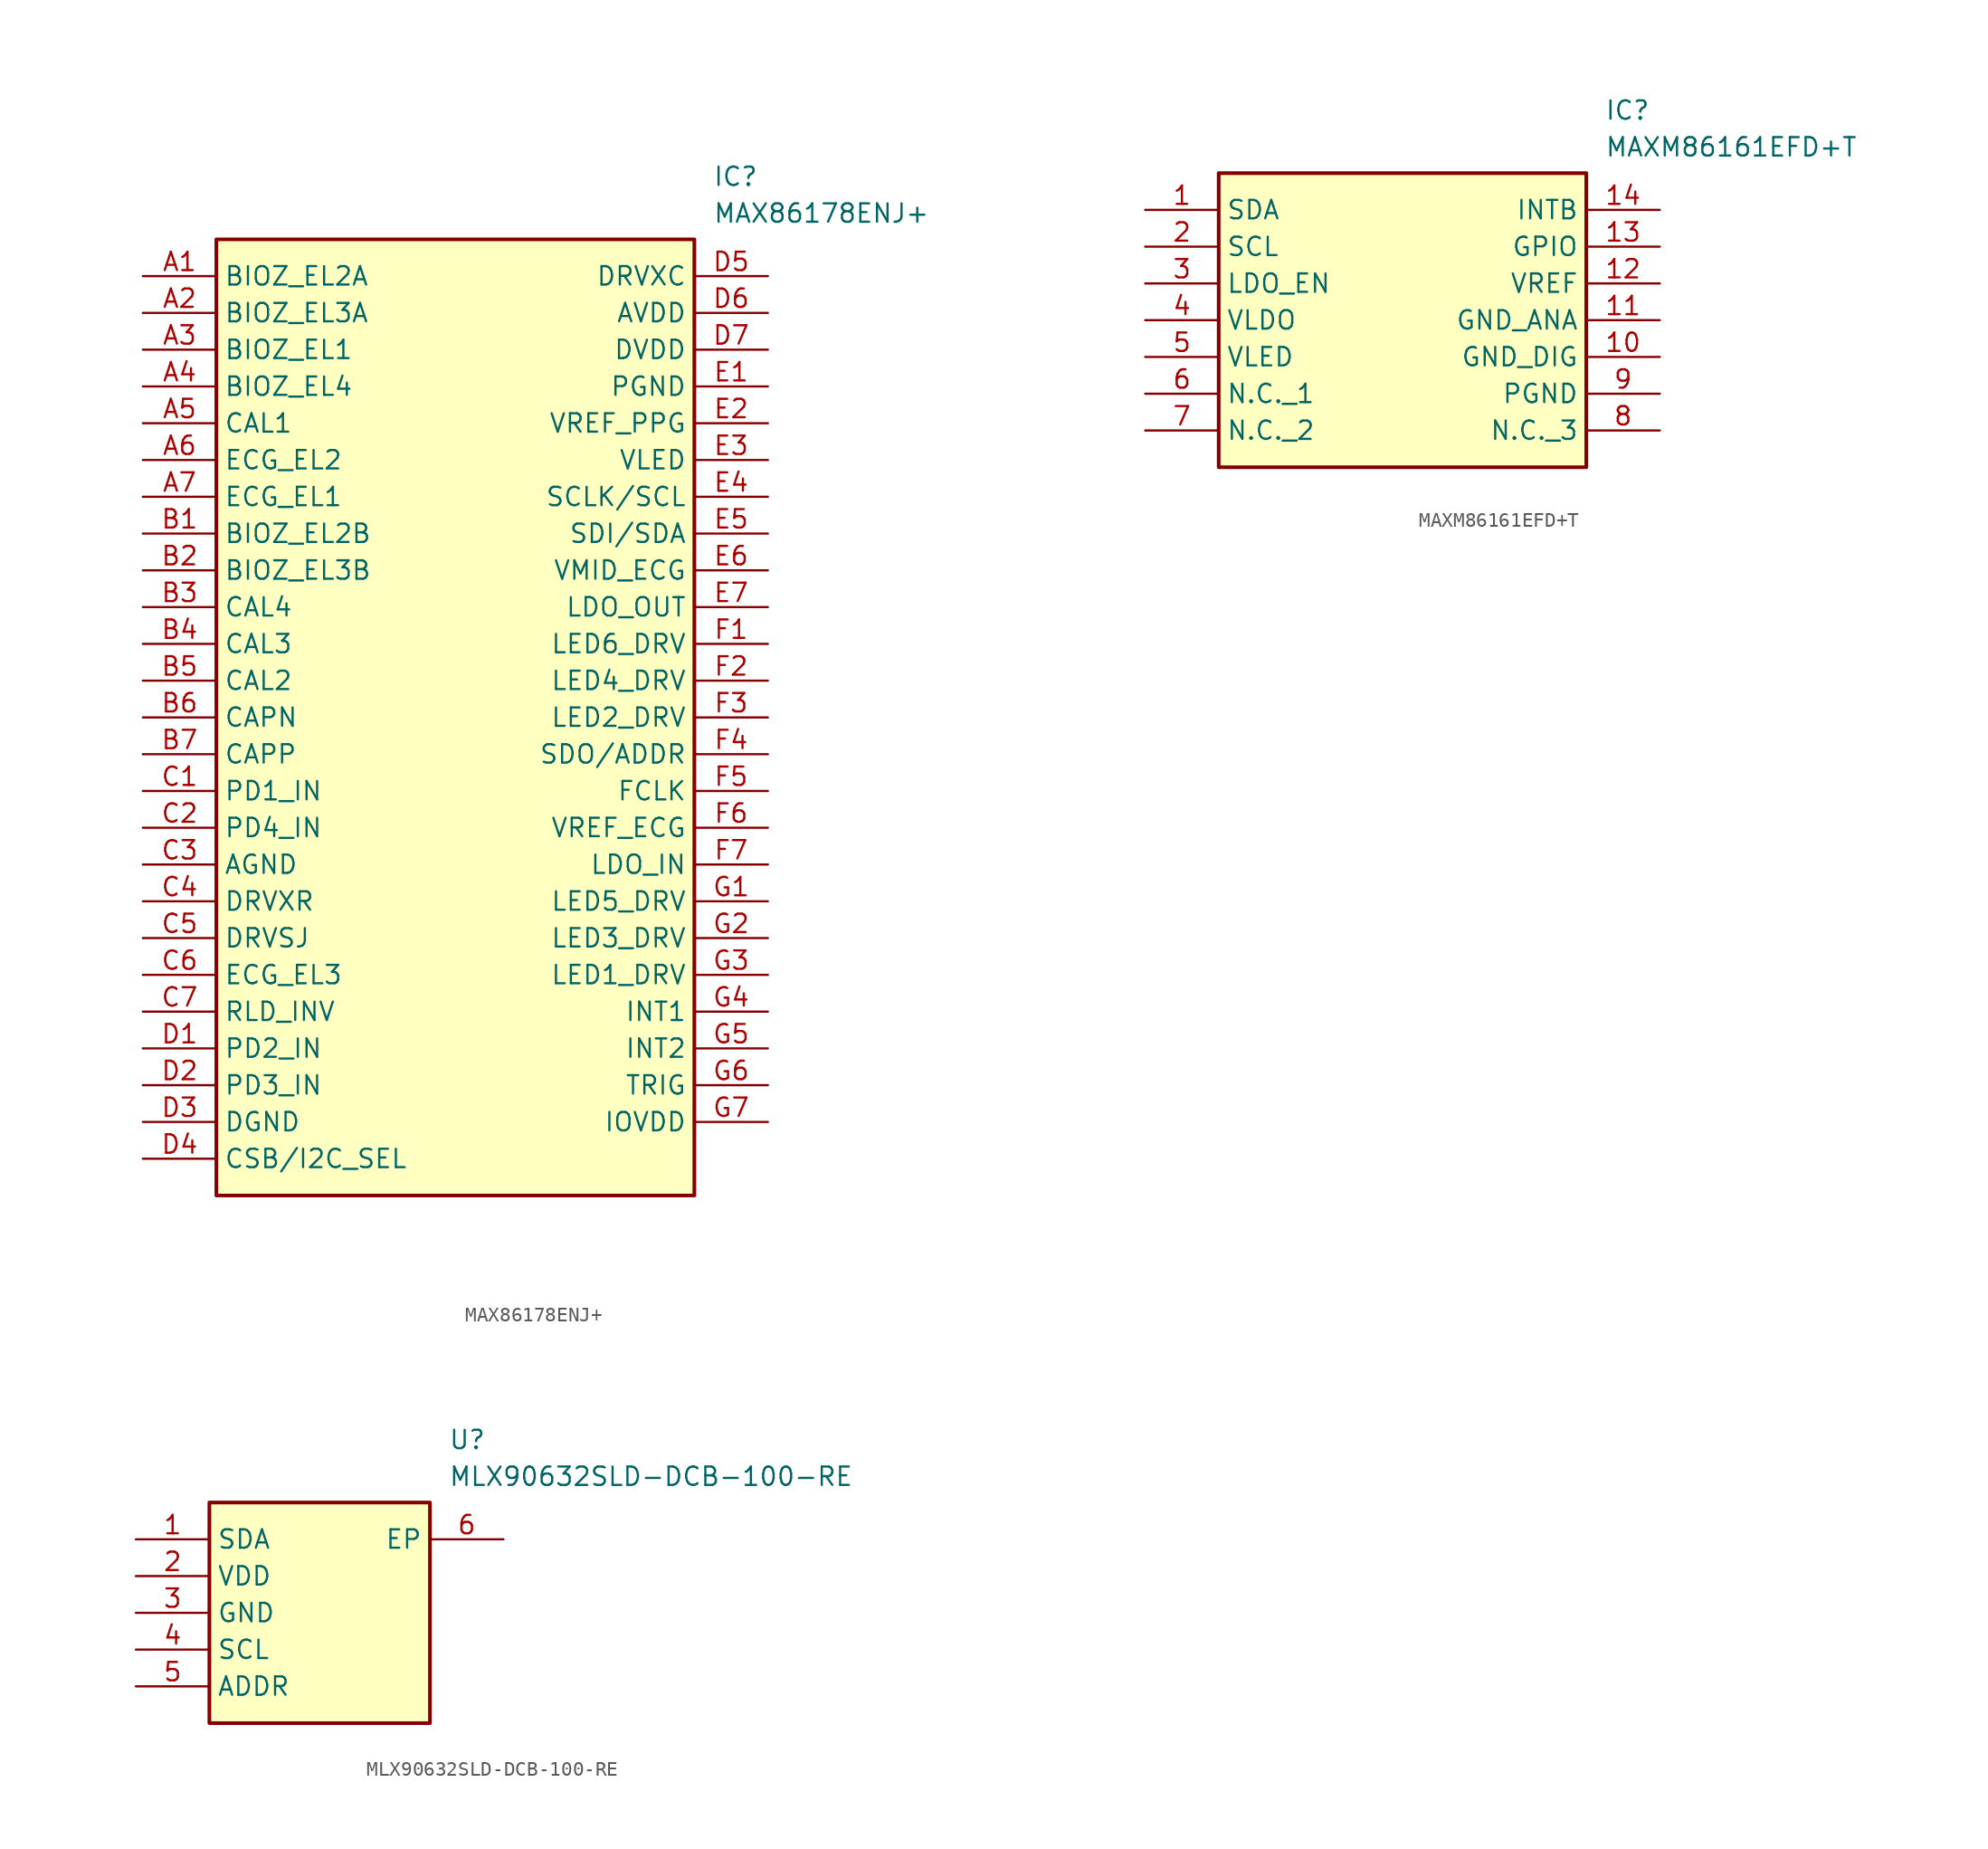
<source format=kicad_sym>
(kicad_symbol_lib
  (version 20220914)
  (generator kicad_symbol_editor)
  (symbol "MAX86178ENJ+"
    (property "Reference" "IC"
      (at 39.37 7.62 0)
      (effects (font (size 1.27 1.27)) (justify left top)))
    (property "Value" "MAX86178ENJ+"
      (at 39.37 5.08 0)
      (effects (font (size 1.27 1.27)) (justify left top)))
    (symbol "MAX86178ENJ+_1_1"
      (rectangle (start 5.08 2.54) (end 38.1 -63.5) (stroke (width 0.254) (type default)) (fill (type background)))
      (pin passive line (at 0 0 0) (length 5.08) (name "BIOZ_EL2A" (effects (font (size 1.27 1.27)))) (number "A1" (effects (font (size 1.27 1.27)))))
      (pin passive line (at 0 -2.54 0) (length 5.08) (name "BIOZ_EL3A" (effects (font (size 1.27 1.27)))) (number "A2" (effects (font (size 1.27 1.27)))))
      (pin passive line (at 0 -5.08 0) (length 5.08) (name "BIOZ_EL1" (effects (font (size 1.27 1.27)))) (number "A3" (effects (font (size 1.27 1.27)))))
      (pin passive line (at 0 -7.62 0) (length 5.08) (name "BIOZ_EL4" (effects (font (size 1.27 1.27)))) (number "A4" (effects (font (size 1.27 1.27)))))
      (pin passive line (at 0 -10.16 0) (length 5.08) (name "CAL1" (effects (font (size 1.27 1.27)))) (number "A5" (effects (font (size 1.27 1.27)))))
      (pin passive line (at 0 -12.7 0) (length 5.08) (name "ECG_EL2" (effects (font (size 1.27 1.27)))) (number "A6" (effects (font (size 1.27 1.27)))))
      (pin passive line (at 0 -15.24 0) (length 5.08) (name "ECG_EL1" (effects (font (size 1.27 1.27)))) (number "A7" (effects (font (size 1.27 1.27)))))
      (pin passive line (at 0 -17.78 0) (length 5.08) (name "BIOZ_EL2B" (effects (font (size 1.27 1.27)))) (number "B1" (effects (font (size 1.27 1.27)))))
      (pin passive line (at 0 -20.32 0) (length 5.08) (name "BIOZ_EL3B" (effects (font (size 1.27 1.27)))) (number "B2" (effects (font (size 1.27 1.27)))))
      (pin passive line (at 0 -22.86 0) (length 5.08) (name "CAL4" (effects (font (size 1.27 1.27)))) (number "B3" (effects (font (size 1.27 1.27)))))
      (pin passive line (at 0 -25.4 0) (length 5.08) (name "CAL3" (effects (font (size 1.27 1.27)))) (number "B4" (effects (font (size 1.27 1.27)))))
      (pin passive line (at 0 -27.94 0) (length 5.08) (name "CAL2" (effects (font (size 1.27 1.27)))) (number "B5" (effects (font (size 1.27 1.27)))))
      (pin passive line (at 0 -30.48 0) (length 5.08) (name "CAPN" (effects (font (size 1.27 1.27)))) (number "B6" (effects (font (size 1.27 1.27)))))
      (pin passive line (at 0 -33.02 0) (length 5.08) (name "CAPP" (effects (font (size 1.27 1.27)))) (number "B7" (effects (font (size 1.27 1.27)))))
      (pin passive line (at 0 -35.56 0) (length 5.08) (name "PD1_IN" (effects (font (size 1.27 1.27)))) (number "C1" (effects (font (size 1.27 1.27)))))
      (pin passive line (at 0 -38.1 0) (length 5.08) (name "PD4_IN" (effects (font (size 1.27 1.27)))) (number "C2" (effects (font (size 1.27 1.27)))))
      (pin passive line (at 0 -40.64 0) (length 5.08) (name "AGND" (effects (font (size 1.27 1.27)))) (number "C3" (effects (font (size 1.27 1.27)))))
      (pin passive line (at 0 -43.18 0) (length 5.08) (name "DRVXR" (effects (font (size 1.27 1.27)))) (number "C4" (effects (font (size 1.27 1.27)))))
      (pin passive line (at 0 -45.72 0) (length 5.08) (name "DRVSJ" (effects (font (size 1.27 1.27)))) (number "C5" (effects (font (size 1.27 1.27)))))
      (pin passive line (at 0 -48.26 0) (length 5.08) (name "ECG_EL3" (effects (font (size 1.27 1.27)))) (number "C6" (effects (font (size 1.27 1.27)))))
      (pin passive line (at 0 -50.8 0) (length 5.08) (name "RLD_INV" (effects (font (size 1.27 1.27)))) (number "C7" (effects (font (size 1.27 1.27)))))
      (pin passive line (at 0 -53.34 0) (length 5.08) (name "PD2_IN" (effects (font (size 1.27 1.27)))) (number "D1" (effects (font (size 1.27 1.27)))))
      (pin passive line (at 0 -55.88 0) (length 5.08) (name "PD3_IN" (effects (font (size 1.27 1.27)))) (number "D2" (effects (font (size 1.27 1.27)))))
      (pin passive line (at 0 -58.42 0) (length 5.08) (name "DGND" (effects (font (size 1.27 1.27)))) (number "D3" (effects (font (size 1.27 1.27)))))
      (pin passive line (at 0 -60.96 0) (length 5.08) (name "CSB/I2C_SEL" (effects (font (size 1.27 1.27)))) (number "D4" (effects (font (size 1.27 1.27)))))
      (pin passive line (at 43.18 0 180) (length 5.08) (name "DRVXC" (effects (font (size 1.27 1.27)))) (number "D5" (effects (font (size 1.27 1.27)))))
      (pin passive line (at 43.18 -2.54 180) (length 5.08) (name "AVDD" (effects (font (size 1.27 1.27)))) (number "D6" (effects (font (size 1.27 1.27)))))
      (pin passive line (at 43.18 -5.08 180) (length 5.08) (name "DVDD" (effects (font (size 1.27 1.27)))) (number "D7" (effects (font (size 1.27 1.27)))))
      (pin passive line (at 43.18 -7.62 180) (length 5.08) (name "PGND" (effects (font (size 1.27 1.27)))) (number "E1" (effects (font (size 1.27 1.27)))))
      (pin passive line (at 43.18 -10.16 180) (length 5.08) (name "VREF_PPG" (effects (font (size 1.27 1.27)))) (number "E2" (effects (font (size 1.27 1.27)))))
      (pin passive line (at 43.18 -12.7 180) (length 5.08) (name "VLED" (effects (font (size 1.27 1.27)))) (number "E3" (effects (font (size 1.27 1.27)))))
      (pin passive line (at 43.18 -15.24 180) (length 5.08) (name "SCLK/SCL" (effects (font (size 1.27 1.27)))) (number "E4" (effects (font (size 1.27 1.27)))))
      (pin passive line (at 43.18 -17.78 180) (length 5.08) (name "SDI/SDA" (effects (font (size 1.27 1.27)))) (number "E5" (effects (font (size 1.27 1.27)))))
      (pin passive line (at 43.18 -20.32 180) (length 5.08) (name "VMID_ECG" (effects (font (size 1.27 1.27)))) (number "E6" (effects (font (size 1.27 1.27)))))
      (pin passive line (at 43.18 -22.86 180) (length 5.08) (name "LDO_OUT" (effects (font (size 1.27 1.27)))) (number "E7" (effects (font (size 1.27 1.27)))))
      (pin passive line (at 43.18 -25.4 180) (length 5.08) (name "LED6_DRV" (effects (font (size 1.27 1.27)))) (number "F1" (effects (font (size 1.27 1.27)))))
      (pin passive line (at 43.18 -27.94 180) (length 5.08) (name "LED4_DRV" (effects (font (size 1.27 1.27)))) (number "F2" (effects (font (size 1.27 1.27)))))
      (pin passive line (at 43.18 -30.48 180) (length 5.08) (name "LED2_DRV" (effects (font (size 1.27 1.27)))) (number "F3" (effects (font (size 1.27 1.27)))))
      (pin passive line (at 43.18 -33.02 180) (length 5.08) (name "SDO/ADDR" (effects (font (size 1.27 1.27)))) (number "F4" (effects (font (size 1.27 1.27)))))
      (pin passive line (at 43.18 -35.56 180) (length 5.08) (name "FCLK" (effects (font (size 1.27 1.27)))) (number "F5" (effects (font (size 1.27 1.27)))))
      (pin passive line (at 43.18 -38.1 180) (length 5.08) (name "VREF_ECG" (effects (font (size 1.27 1.27)))) (number "F6" (effects (font (size 1.27 1.27)))))
      (pin passive line (at 43.18 -40.64 180) (length 5.08) (name "LDO_IN" (effects (font (size 1.27 1.27)))) (number "F7" (effects (font (size 1.27 1.27)))))
      (pin passive line (at 43.18 -43.18 180) (length 5.08) (name "LED5_DRV" (effects (font (size 1.27 1.27)))) (number "G1" (effects (font (size 1.27 1.27)))))
      (pin passive line (at 43.18 -45.72 180) (length 5.08) (name "LED3_DRV" (effects (font (size 1.27 1.27)))) (number "G2" (effects (font (size 1.27 1.27)))))
      (pin passive line (at 43.18 -48.26 180) (length 5.08) (name "LED1_DRV" (effects (font (size 1.27 1.27)))) (number "G3" (effects (font (size 1.27 1.27)))))
      (pin passive line (at 43.18 -50.8 180) (length 5.08) (name "INT1" (effects (font (size 1.27 1.27)))) (number "G4" (effects (font (size 1.27 1.27)))))
      (pin passive line (at 43.18 -53.34 180) (length 5.08) (name "INT2" (effects (font (size 1.27 1.27)))) (number "G5" (effects (font (size 1.27 1.27)))))
      (pin passive line (at 43.18 -55.88 180) (length 5.08) (name "TRIG" (effects (font (size 1.27 1.27)))) (number "G6" (effects (font (size 1.27 1.27)))))
      (pin passive line (at 43.18 -58.42 180) (length 5.08) (name "IOVDD" (effects (font (size 1.27 1.27)))) (number "G7" (effects (font (size 1.27 1.27)))))))
  (symbol "MAXM86161EFD+T"
    (property "Reference" "IC"
      (at 31.75 7.62 0)
      (effects (font (size 1.27 1.27)) (justify left top)))
    (property "Value" "MAXM86161EFD+T"
      (at 31.75 5.08 0)
      (effects (font (size 1.27 1.27)) (justify left top)))
    (symbol "MAXM86161EFD+T_1_1"
      (rectangle (start 5.08 2.54) (end 30.48 -17.78) (stroke (width 0.254) (type default)) (fill (type background)))
      (pin passive line (at 0 0 0) (length 5.08) (name "SDA" (effects (font (size 1.27 1.27)))) (number "1" (effects (font (size 1.27 1.27)))))
      (pin passive line (at 35.56 -10.16 180) (length 5.08) (name "GND_DIG" (effects (font (size 1.27 1.27)))) (number "10" (effects (font (size 1.27 1.27)))))
      (pin passive line (at 35.56 -7.62 180) (length 5.08) (name "GND_ANA" (effects (font (size 1.27 1.27)))) (number "11" (effects (font (size 1.27 1.27)))))
      (pin passive line (at 35.56 -5.08 180) (length 5.08) (name "VREF" (effects (font (size 1.27 1.27)))) (number "12" (effects (font (size 1.27 1.27)))))
      (pin passive line (at 35.56 -2.54 180) (length 5.08) (name "GPIO" (effects (font (size 1.27 1.27)))) (number "13" (effects (font (size 1.27 1.27)))))
      (pin passive line (at 35.56 0 180) (length 5.08) (name "INTB" (effects (font (size 1.27 1.27)))) (number "14" (effects (font (size 1.27 1.27)))))
      (pin passive line (at 0 -2.54 0) (length 5.08) (name "SCL" (effects (font (size 1.27 1.27)))) (number "2" (effects (font (size 1.27 1.27)))))
      (pin passive line (at 0 -5.08 0) (length 5.08) (name "LDO_EN" (effects (font (size 1.27 1.27)))) (number "3" (effects (font (size 1.27 1.27)))))
      (pin passive line (at 0 -7.62 0) (length 5.08) (name "VLDO" (effects (font (size 1.27 1.27)))) (number "4" (effects (font (size 1.27 1.27)))))
      (pin passive line (at 0 -10.16 0) (length 5.08) (name "VLED" (effects (font (size 1.27 1.27)))) (number "5" (effects (font (size 1.27 1.27)))))
      (pin passive line (at 0 -12.7 0) (length 5.08) (name "N.C._1" (effects (font (size 1.27 1.27)))) (number "6" (effects (font (size 1.27 1.27)))))
      (pin passive line (at 0 -15.24 0) (length 5.08) (name "N.C._2" (effects (font (size 1.27 1.27)))) (number "7" (effects (font (size 1.27 1.27)))))
      (pin passive line (at 35.56 -15.24 180) (length 5.08) (name "N.C._3" (effects (font (size 1.27 1.27)))) (number "8" (effects (font (size 1.27 1.27)))))
      (pin passive line (at 35.56 -12.7 180) (length 5.08) (name "PGND" (effects (font (size 1.27 1.27)))) (number "9" (effects (font (size 1.27 1.27)))))))
  (symbol "MLX90632SLD-DCB-100-RE"
    (property "Reference" "U"
      (at 21.59 7.62 0)
      (effects (font (size 1.27 1.27)) (justify left top)))
    (property "Value" "MLX90632SLD-DCB-100-RE"
      (at 21.59 5.08 0)
      (effects (font (size 1.27 1.27)) (justify left top)))
    (symbol "MLX90632SLD-DCB-100-RE_1_1"
      (rectangle (start 5.08 2.54) (end 20.32 -12.7) (stroke (width 0.254) (type default)) (fill (type background)))
      (pin passive line (at 0 0 0) (length 5.08) (name "SDA" (effects (font (size 1.27 1.27)))) (number "1" (effects (font (size 1.27 1.27)))))
      (pin passive line (at 0 -2.54 0) (length 5.08) (name "VDD" (effects (font (size 1.27 1.27)))) (number "2" (effects (font (size 1.27 1.27)))))
      (pin passive line (at 0 -5.08 0) (length 5.08) (name "GND" (effects (font (size 1.27 1.27)))) (number "3" (effects (font (size 1.27 1.27)))))
      (pin passive line (at 0 -7.62 0) (length 5.08) (name "SCL" (effects (font (size 1.27 1.27)))) (number "4" (effects (font (size 1.27 1.27)))))
      (pin passive line (at 0 -10.16 0) (length 5.08) (name "ADDR" (effects (font (size 1.27 1.27)))) (number "5" (effects (font (size 1.27 1.27)))))
      (pin passive line (at 25.4 0 180) (length 5.08) (name "EP" (effects (font (size 1.27 1.27)))) (number "6" (effects (font (size 1.27 1.27))))))))
</source>
